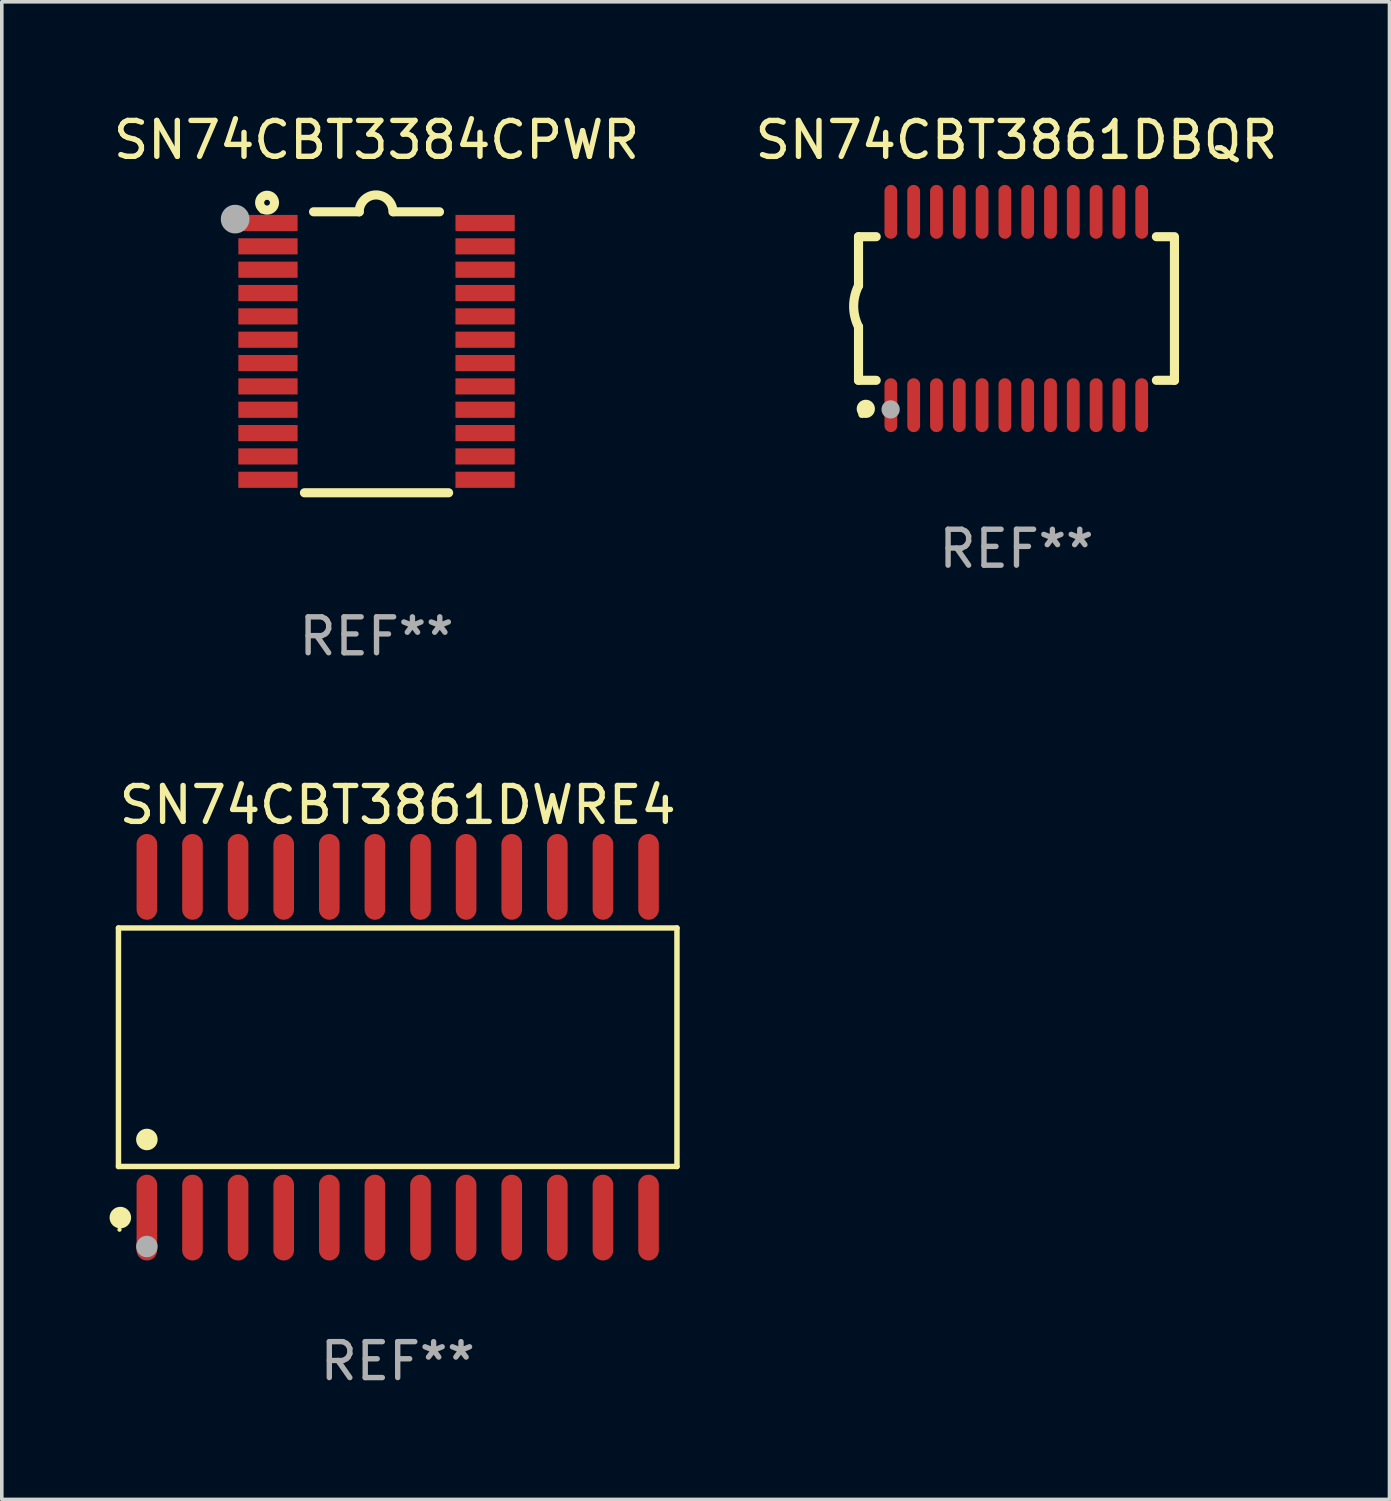
<source format=kicad_pcb>
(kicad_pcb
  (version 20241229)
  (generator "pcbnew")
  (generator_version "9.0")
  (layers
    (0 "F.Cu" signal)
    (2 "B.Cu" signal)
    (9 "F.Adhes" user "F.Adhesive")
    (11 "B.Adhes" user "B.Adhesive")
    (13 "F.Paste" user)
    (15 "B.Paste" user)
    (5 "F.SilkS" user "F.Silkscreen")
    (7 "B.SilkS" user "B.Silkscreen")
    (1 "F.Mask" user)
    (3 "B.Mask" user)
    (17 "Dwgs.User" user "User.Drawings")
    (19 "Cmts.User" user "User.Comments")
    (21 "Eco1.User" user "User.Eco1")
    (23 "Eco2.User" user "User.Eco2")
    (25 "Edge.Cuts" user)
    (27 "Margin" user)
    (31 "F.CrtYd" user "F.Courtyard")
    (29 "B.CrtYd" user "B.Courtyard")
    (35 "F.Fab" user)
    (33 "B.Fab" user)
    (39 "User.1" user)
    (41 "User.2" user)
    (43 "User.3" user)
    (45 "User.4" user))
  (footprint "SN74CBT3384CPWR"
    (layer "F.Cu")
    (at 7.435 6.76)
    (property "Reference" "SN74CBT3384CPWR" (at 0 -5.912 0) (layer "F.SilkS") (effects (font (size 1 1) (thickness 0.15))))
    (attr through_hole)
    (fp_line (start -1.753 -3.912) (end -0.483 -3.912) (stroke (width 0.254) (type solid)) (layer "F.SilkS"))
    (fp_line (start 0.483 -3.912) (end 1.753 -3.912) (stroke (width 0.254) (type solid)) (layer "F.SilkS"))
    (fp_line (start 2.007 3.912) (end -2.007 3.912) (stroke (width 0.254) (type solid)) (layer "F.SilkS"))
    (fp_arc (start -0.482626 -3.911608) (mid -0.012725 -4.381509) (end 0.457176 -3.911608) (stroke (width 0.254001) (type solid)) (layer "F.SilkS"))
    (fp_circle (center -3.2 -3.925) (end -3.17 -3.925) (stroke (width 0.06) (type solid)) (fill no) (layer "F.SilkS"))
    (fp_circle (center -3.048 -4.166) (end -2.968 -4.166) (stroke (width 0.254) (type solid)) (fill no) (layer "F.SilkS"))
    (fp_circle (center -3.937 -3.708) (end -3.737 -3.708) (stroke (width 0.4) (type solid)) (fill no) (layer "F.Fab"))
    (fp_text user "REF**" (at 0 7.912 0) (layer "F.Fab") (effects (font (size 1 1) (thickness 0.15))))
    (pad "1" smd rect (at -3.023 -3.6) (size 1.65 0.45) (layers "F.Cu" "F.Mask" "F.Paste"))
    (pad "2" smd rect (at -3.023 -2.95) (size 1.65 0.45) (layers "F.Cu" "F.Mask" "F.Paste"))
    (pad "3" smd rect (at -3.023 -2.3) (size 1.65 0.45) (layers "F.Cu" "F.Mask" "F.Paste"))
    (pad "4" smd rect (at -3.023 -1.65) (size 1.65 0.45) (layers "F.Cu" "F.Mask" "F.Paste"))
    (pad "5" smd rect (at -3.023 -1) (size 1.65 0.45) (layers "F.Cu" "F.Mask" "F.Paste"))
    (pad "6" smd rect (at -3.023 -0.35) (size 1.65 0.45) (layers "F.Cu" "F.Mask" "F.Paste"))
    (pad "7" smd rect (at -3.023 0.3) (size 1.65 0.45) (layers "F.Cu" "F.Mask" "F.Paste"))
    (pad "8" smd rect (at -3.023 0.95) (size 1.65 0.45) (layers "F.Cu" "F.Mask" "F.Paste"))
    (pad "9" smd rect (at -3.023 1.6) (size 1.65 0.45) (layers "F.Cu" "F.Mask" "F.Paste"))
    (pad "10" smd rect (at -3.023 2.25) (size 1.65 0.45) (layers "F.Cu" "F.Mask" "F.Paste"))
    (pad "11" smd rect (at -3.023 2.9) (size 1.65 0.45) (layers "F.Cu" "F.Mask" "F.Paste"))
    (pad "12" smd rect (at -3.023 3.55) (size 1.65 0.45) (layers "F.Cu" "F.Mask" "F.Paste"))
    (pad "13" smd rect (at 3.023 3.55) (size 1.65 0.45) (layers "F.Cu" "F.Mask" "F.Paste"))
    (pad "14" smd rect (at 3.023 2.9) (size 1.65 0.45) (layers "F.Cu" "F.Mask" "F.Paste"))
    (pad "15" smd rect (at 3.023 2.25) (size 1.65 0.45) (layers "F.Cu" "F.Mask" "F.Paste"))
    (pad "16" smd rect (at 3.023 1.6) (size 1.65 0.45) (layers "F.Cu" "F.Mask" "F.Paste"))
    (pad "17" smd rect (at 3.023 0.95) (size 1.65 0.45) (layers "F.Cu" "F.Mask" "F.Paste"))
    (pad "18" smd rect (at 3.023 0.3) (size 1.65 0.45) (layers "F.Cu" "F.Mask" "F.Paste"))
    (pad "19" smd rect (at 3.023 -0.35) (size 1.65 0.45) (layers "F.Cu" "F.Mask" "F.Paste"))
    (pad "20" smd rect (at 3.023 -1) (size 1.65 0.45) (layers "F.Cu" "F.Mask" "F.Paste"))
    (pad "21" smd rect (at 3.023 -1.65) (size 1.65 0.45) (layers "F.Cu" "F.Mask" "F.Paste"))
    (pad "22" smd rect (at 3.023 -2.3) (size 1.65 0.45) (layers "F.Cu" "F.Mask" "F.Paste"))
    (pad "23" smd rect (at 3.023 -2.95) (size 1.65 0.45) (layers "F.Cu" "F.Mask" "F.Paste"))
    (pad "24" smd rect (at 3.023 -3.6) (size 1.65 0.45) (layers "F.Cu" "F.Mask" "F.Paste")))
  (footprint "SN74CBT3861DWRE4"
    (layer "F.Cu")
    (at 8.025 26.112)
    (property "Reference" "SN74CBT3861DWRE4" (at 0 -6.744 0) (layer "F.SilkS") (effects (font (size 1 1) (thickness 0.15))))
    (attr through_hole)
    (fp_line (start -7.776 -3.321) (end 7.776 -3.321) (stroke (width 0.152) (type solid)) (layer "F.SilkS"))
    (fp_line (start -7.776 3.321) (end -7.776 -3.321) (stroke (width 0.152) (type solid)) (layer "F.SilkS"))
    (fp_line (start 7.776 -3.321) (end 7.776 3.321) (stroke (width 0.152) (type solid)) (layer "F.SilkS"))
    (fp_line (start 7.776 3.321) (end -7.776 3.321) (stroke (width 0.152) (type solid)) (layer "F.SilkS"))
    (fp_circle (center -7.747 5.08) (end -7.717 5.08) (stroke (width 0.06) (type solid)) (fill no) (layer "F.SilkS"))
    (fp_circle (center -7.724 4.744) (end -7.574 4.744) (stroke (width 0.3) (type solid)) (fill no) (layer "F.SilkS"))
    (fp_circle (center -6.985 2.569) (end -6.835 2.569) (stroke (width 0.3) (type solid)) (fill no) (layer "F.SilkS"))
    (fp_circle (center -6.985 5.55) (end -6.835 5.55) (stroke (width 0.3) (type solid)) (fill no) (layer "F.Fab"))
    (fp_text user "REF**" (at 0 8.744 0) (layer "F.Fab") (effects (font (size 1 1) (thickness 0.15))))
    (pad "1" smd oval (at -6.985 4.744) (size 0.574 2.388) (layers "F.Cu" "F.Mask" "F.Paste"))
    (pad "2" smd oval (at -5.715 4.744) (size 0.574 2.388) (layers "F.Cu" "F.Mask" "F.Paste"))
    (pad "3" smd oval (at -4.445 4.744) (size 0.574 2.388) (layers "F.Cu" "F.Mask" "F.Paste"))
    (pad "4" smd oval (at -3.175 4.744) (size 0.574 2.388) (layers "F.Cu" "F.Mask" "F.Paste"))
    (pad "5" smd oval (at -1.905 4.744) (size 0.574 2.388) (layers "F.Cu" "F.Mask" "F.Paste"))
    (pad "6" smd oval (at -0.635 4.744) (size 0.574 2.388) (layers "F.Cu" "F.Mask" "F.Paste"))
    (pad "7" smd oval (at 0.635 4.744) (size 0.574 2.388) (layers "F.Cu" "F.Mask" "F.Paste"))
    (pad "8" smd oval (at 1.905 4.744) (size 0.574 2.388) (layers "F.Cu" "F.Mask" "F.Paste"))
    (pad "9" smd oval (at 3.175 4.744) (size 0.574 2.388) (layers "F.Cu" "F.Mask" "F.Paste"))
    (pad "10" smd oval (at 4.445 4.744) (size 0.574 2.388) (layers "F.Cu" "F.Mask" "F.Paste"))
    (pad "11" smd oval (at 5.715 4.744) (size 0.574 2.388) (layers "F.Cu" "F.Mask" "F.Paste"))
    (pad "12" smd oval (at 6.985 4.744) (size 0.574 2.388) (layers "F.Cu" "F.Mask" "F.Paste"))
    (pad "13" smd oval (at 6.985 -4.744) (size 0.574 2.388) (layers "F.Cu" "F.Mask" "F.Paste"))
    (pad "14" smd oval (at 5.715 -4.744) (size 0.574 2.388) (layers "F.Cu" "F.Mask" "F.Paste"))
    (pad "15" smd oval (at 4.445 -4.744) (size 0.574 2.388) (layers "F.Cu" "F.Mask" "F.Paste"))
    (pad "16" smd oval (at 3.175 -4.744) (size 0.574 2.388) (layers "F.Cu" "F.Mask" "F.Paste"))
    (pad "17" smd oval (at 1.905 -4.744) (size 0.574 2.388) (layers "F.Cu" "F.Mask" "F.Paste"))
    (pad "18" smd oval (at 0.635 -4.744) (size 0.574 2.388) (layers "F.Cu" "F.Mask" "F.Paste"))
    (pad "19" smd oval (at -0.635 -4.744) (size 0.574 2.388) (layers "F.Cu" "F.Mask" "F.Paste"))
    (pad "20" smd oval (at -1.905 -4.744) (size 0.574 2.388) (layers "F.Cu" "F.Mask" "F.Paste"))
    (pad "21" smd oval (at -3.175 -4.744) (size 0.574 2.388) (layers "F.Cu" "F.Mask" "F.Paste"))
    (pad "22" smd oval (at -4.445 -4.744) (size 0.574 2.388) (layers "F.Cu" "F.Mask" "F.Paste"))
    (pad "23" smd oval (at -5.715 -4.744) (size 0.574 2.388) (layers "F.Cu" "F.Mask" "F.Paste"))
    (pad "24" smd oval (at -6.985 -4.744) (size 0.574 2.388) (layers "F.Cu" "F.Mask" "F.Paste")))
  (footprint "SN74CBT3861DBQR"
    (layer "F.Cu")
    (at 25.256 5.541)
    (property "Reference" "SN74CBT3861DBQR" (at 0 -4.692 0) (layer "F.SilkS") (effects (font (size 1 1) (thickness 0.15))))
    (attr through_hole)
    (fp_line (start -4.399 -2) (end -4.399 -0.635) (stroke (width 0.254) (type solid)) (layer "F.SilkS"))
    (fp_line (start -4.399 -2) (end -3.907 -2) (stroke (width 0.254) (type solid)) (layer "F.SilkS"))
    (fp_line (start -4.399 2) (end -4.399 0.508) (stroke (width 0.254) (type solid)) (layer "F.SilkS"))
    (fp_line (start -4.399 2) (end -3.907 2) (stroke (width 0.254) (type solid)) (layer "F.SilkS"))
    (fp_line (start 3.896 -2) (end 4.313 -2) (stroke (width 0.254) (type solid)) (layer "F.SilkS"))
    (fp_line (start 3.896 2) (end 4.399 2) (stroke (width 0.254) (type solid)) (layer "F.SilkS"))
    (fp_line (start 4.399 2) (end 4.399 -2) (stroke (width 0.254) (type solid)) (layer "F.SilkS"))
    (fp_arc (start -4.399301 0.508001) (mid -4.534214 -0.0635) (end -4.399301 -0.635001) (stroke (width 0.254001) (type solid)) (layer "F.SilkS"))
    (fp_circle (center -4.305 2.95) (end -4.255 2.95) (stroke (width 0.1) (type solid)) (fill no) (layer "F.SilkS"))
    (fp_circle (center -4.196 2.794) (end -4.069 2.794) (stroke (width 0.254) (type solid)) (fill no) (layer "F.SilkS"))
    (fp_circle (center -3.505 2.81) (end -3.378 2.81) (stroke (width 0.254) (type solid)) (fill no) (layer "F.Fab"))
    (fp_text user "REF**" (at 0 6.692 0) (layer "F.Fab") (effects (font (size 1 1) (thickness 0.15))))
    (pad "1" smd oval (at -3.498 2.692 90) (size 1.5 0.356) (layers "F.Cu" "F.Mask" "F.Paste"))
    (pad "2" smd oval (at -2.863 2.692 90) (size 1.5 0.356) (layers "F.Cu" "F.Mask" "F.Paste"))
    (pad "3" smd oval (at -2.228 2.692 90) (size 1.5 0.356) (layers "F.Cu" "F.Mask" "F.Paste"))
    (pad "4" smd oval (at -1.593 2.692 90) (size 1.5 0.356) (layers "F.Cu" "F.Mask" "F.Paste"))
    (pad "5" smd oval (at -0.958 2.692 90) (size 1.5 0.356) (layers "F.Cu" "F.Mask" "F.Paste"))
    (pad "6" smd oval (at -0.323 2.692 90) (size 1.5 0.356) (layers "F.Cu" "F.Mask" "F.Paste"))
    (pad "7" smd oval (at 0.312 2.692 90) (size 1.5 0.356) (layers "F.Cu" "F.Mask" "F.Paste"))
    (pad "8" smd oval (at 0.947 2.692 90) (size 1.5 0.356) (layers "F.Cu" "F.Mask" "F.Paste"))
    (pad "9" smd oval (at 1.582 2.692 90) (size 1.5 0.356) (layers "F.Cu" "F.Mask" "F.Paste"))
    (pad "10" smd oval (at 2.217 2.692 90) (size 1.5 0.356) (layers "F.Cu" "F.Mask" "F.Paste"))
    (pad "11" smd oval (at 2.852 2.692 90) (size 1.5 0.356) (layers "F.Cu" "F.Mask" "F.Paste"))
    (pad "12" smd oval (at 3.487 2.692 90) (size 1.5 0.356) (layers "F.Cu" "F.Mask" "F.Paste"))
    (pad "13" smd oval (at 3.487 -2.692 90) (size 1.5 0.356) (layers "F.Cu" "F.Mask" "F.Paste"))
    (pad "14" smd oval (at 2.852 -2.692 90) (size 1.5 0.356) (layers "F.Cu" "F.Mask" "F.Paste"))
    (pad "15" smd oval (at 2.217 -2.692 90) (size 1.5 0.356) (layers "F.Cu" "F.Mask" "F.Paste"))
    (pad "16" smd oval (at 1.582 -2.692 90) (size 1.5 0.356) (layers "F.Cu" "F.Mask" "F.Paste"))
    (pad "17" smd oval (at 0.947 -2.692 90) (size 1.5 0.356) (layers "F.Cu" "F.Mask" "F.Paste"))
    (pad "18" smd oval (at 0.312 -2.692 90) (size 1.5 0.356) (layers "F.Cu" "F.Mask" "F.Paste"))
    (pad "19" smd oval (at -0.323 -2.692 90) (size 1.5 0.356) (layers "F.Cu" "F.Mask" "F.Paste"))
    (pad "20" smd oval (at -0.958 -2.692 90) (size 1.5 0.356) (layers "F.Cu" "F.Mask" "F.Paste"))
    (pad "21" smd oval (at -1.593 -2.692 90) (size 1.5 0.356) (layers "F.Cu" "F.Mask" "F.Paste"))
    (pad "22" smd oval (at -2.228 -2.692 90) (size 1.5 0.356) (layers "F.Cu" "F.Mask" "F.Paste"))
    (pad "23" smd oval (at -2.863 -2.692 90) (size 1.5 0.356) (layers "F.Cu" "F.Mask" "F.Paste"))
    (pad "24" smd oval (at -3.498 -2.692 90) (size 1.5 0.356) (layers "F.Cu" "F.Mask" "F.Paste")))
  (gr_rect
    (start -3 -3)
    (end 35.643 38.704)
    (stroke (width 0.1) (type default))
    (fill no)
    (layer "Edge.Cuts")))
</source>
